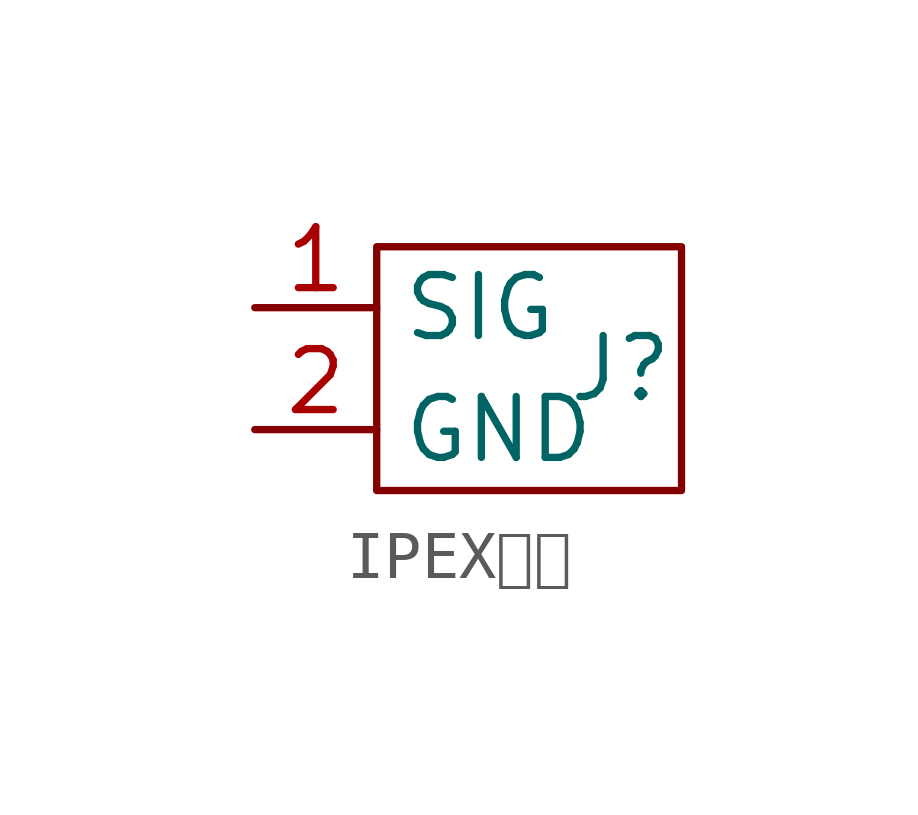
<source format=kicad_sym>
(kicad_symbol_lib
  (version 20231120)
  (generator "kicad_symbol_editor")
  (generator_version "8.0")
  (symbol "IPEX座子"
    (property "Reference" "J"
      (at 1.27 1.27 0)
      (effects (font (size 1.27 1.27))))
    (property "Value" ""
      (at -1.27 1.27 0)
      (effects (font (size 1.27 1.27))))
    (symbol "IPEX座子_0_1"
      (rectangle (start -3.81 3.81) (end 2.54 -1.27) (stroke (width 0) (type default)) (fill (type none))))
    (symbol "IPEX座子_1_1"
      (pin input line (at -6.35 2.54 0) (length 2.54) (name "SIG" (effects (font (size 1.27 1.27)))) (number "1" (effects (font (size 1.27 1.27)))))
      (pin input line (at -6.35 0 0) (length 2.54) (name "GND" (effects (font (size 1.27 1.27)))) (number "2" (effects (font (size 1.27 1.27))))))))
</source>
